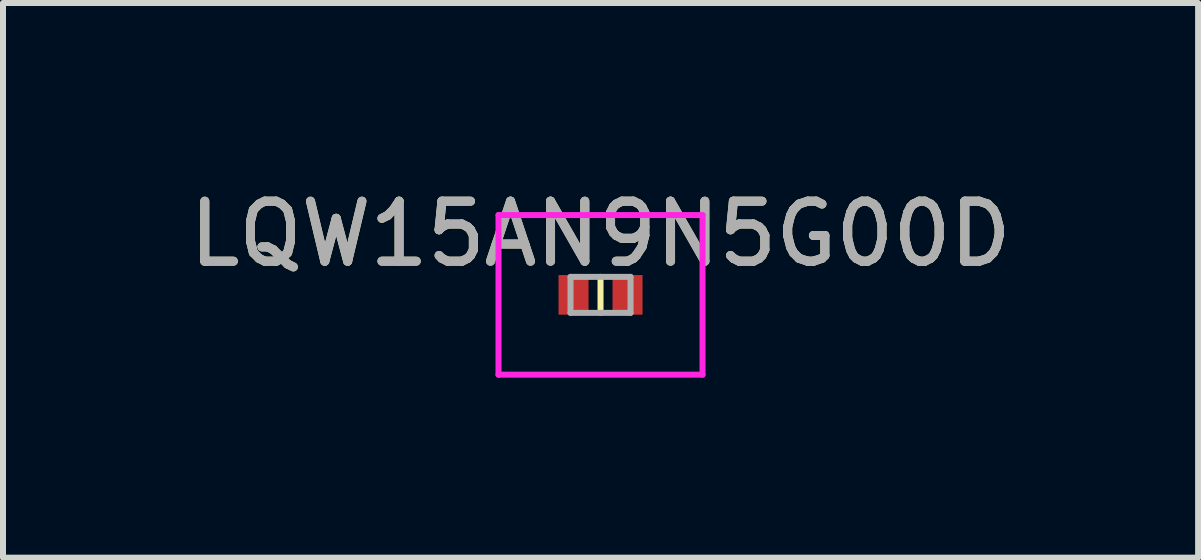
<source format=kicad_pcb>
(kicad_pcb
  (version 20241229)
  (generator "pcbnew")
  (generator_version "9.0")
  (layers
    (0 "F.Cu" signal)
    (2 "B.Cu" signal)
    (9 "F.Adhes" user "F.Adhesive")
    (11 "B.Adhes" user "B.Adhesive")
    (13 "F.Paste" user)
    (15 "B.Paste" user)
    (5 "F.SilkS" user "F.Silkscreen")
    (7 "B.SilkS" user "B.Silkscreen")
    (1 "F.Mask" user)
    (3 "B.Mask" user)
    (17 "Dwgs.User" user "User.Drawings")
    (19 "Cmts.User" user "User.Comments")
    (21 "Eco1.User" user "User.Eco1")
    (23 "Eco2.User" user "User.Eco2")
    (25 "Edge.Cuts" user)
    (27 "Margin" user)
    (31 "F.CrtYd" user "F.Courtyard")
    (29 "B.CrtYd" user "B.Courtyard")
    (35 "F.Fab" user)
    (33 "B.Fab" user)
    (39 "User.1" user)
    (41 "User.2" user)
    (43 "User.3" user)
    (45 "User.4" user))
  (footprint "LQW15AN9N5G00D"
    (layer "F.Cu")
    (at 6.958 1.864)
    (property "Reference" "LQW15AN9N5G00D" (at 0 -1.016 0) (layer "F.SilkS") (effects (font (size 1 1) (thickness 0.15))))
    (attr smd)
    (fp_line (start 0 -0.3) (end 0 0.3) (stroke (width 0.1) (type solid)) (layer "F.SilkS"))
    (fp_line (start -1.7 -1.33) (end 1.7 -1.33) (stroke (width 0.1) (type solid)) (layer "F.CrtYd"))
    (fp_line (start -1.7 1.33) (end -1.7 -1.33) (stroke (width 0.1) (type solid)) (layer "F.CrtYd"))
    (fp_line (start 1.7 -1.33) (end 1.7 1.33) (stroke (width 0.1) (type solid)) (layer "F.CrtYd"))
    (fp_line (start 1.7 1.33) (end -1.7 1.33) (stroke (width 0.1) (type solid)) (layer "F.CrtYd"))
    (fp_line (start -0.5 -0.3) (end 0.5 -0.3) (stroke (width 0.1) (type solid)) (layer "F.Fab"))
    (fp_line (start -0.5 0.3) (end -0.5 -0.3) (stroke (width 0.1) (type solid)) (layer "F.Fab"))
    (fp_line (start 0.5 -0.3) (end 0.5 0.3) (stroke (width 0.1) (type solid)) (layer "F.Fab"))
    (fp_line (start 0.5 0.3) (end -0.5 0.3) (stroke (width 0.1) (type solid)) (layer "F.Fab"))
    (fp_text user "${REFERENCE}" (at 0 -1.016 0) (layer "F.Fab") (effects (font (size 1 1) (thickness 0.15))))
    (pad "1" smd rect (at -0.45 0) (size 0.5 0.66) (layers "F.Cu" "F.Mask" "F.Paste"))
    (pad "2" smd rect (at 0.45 0) (size 0.5 0.66) (layers "F.Cu" "F.Mask" "F.Paste")))
  (gr_rect
    (start -3 -3)
    (end 16.917 6.244)
    (stroke (width 0.1) (type default))
    (fill no)
    (layer "Edge.Cuts")))
</source>
